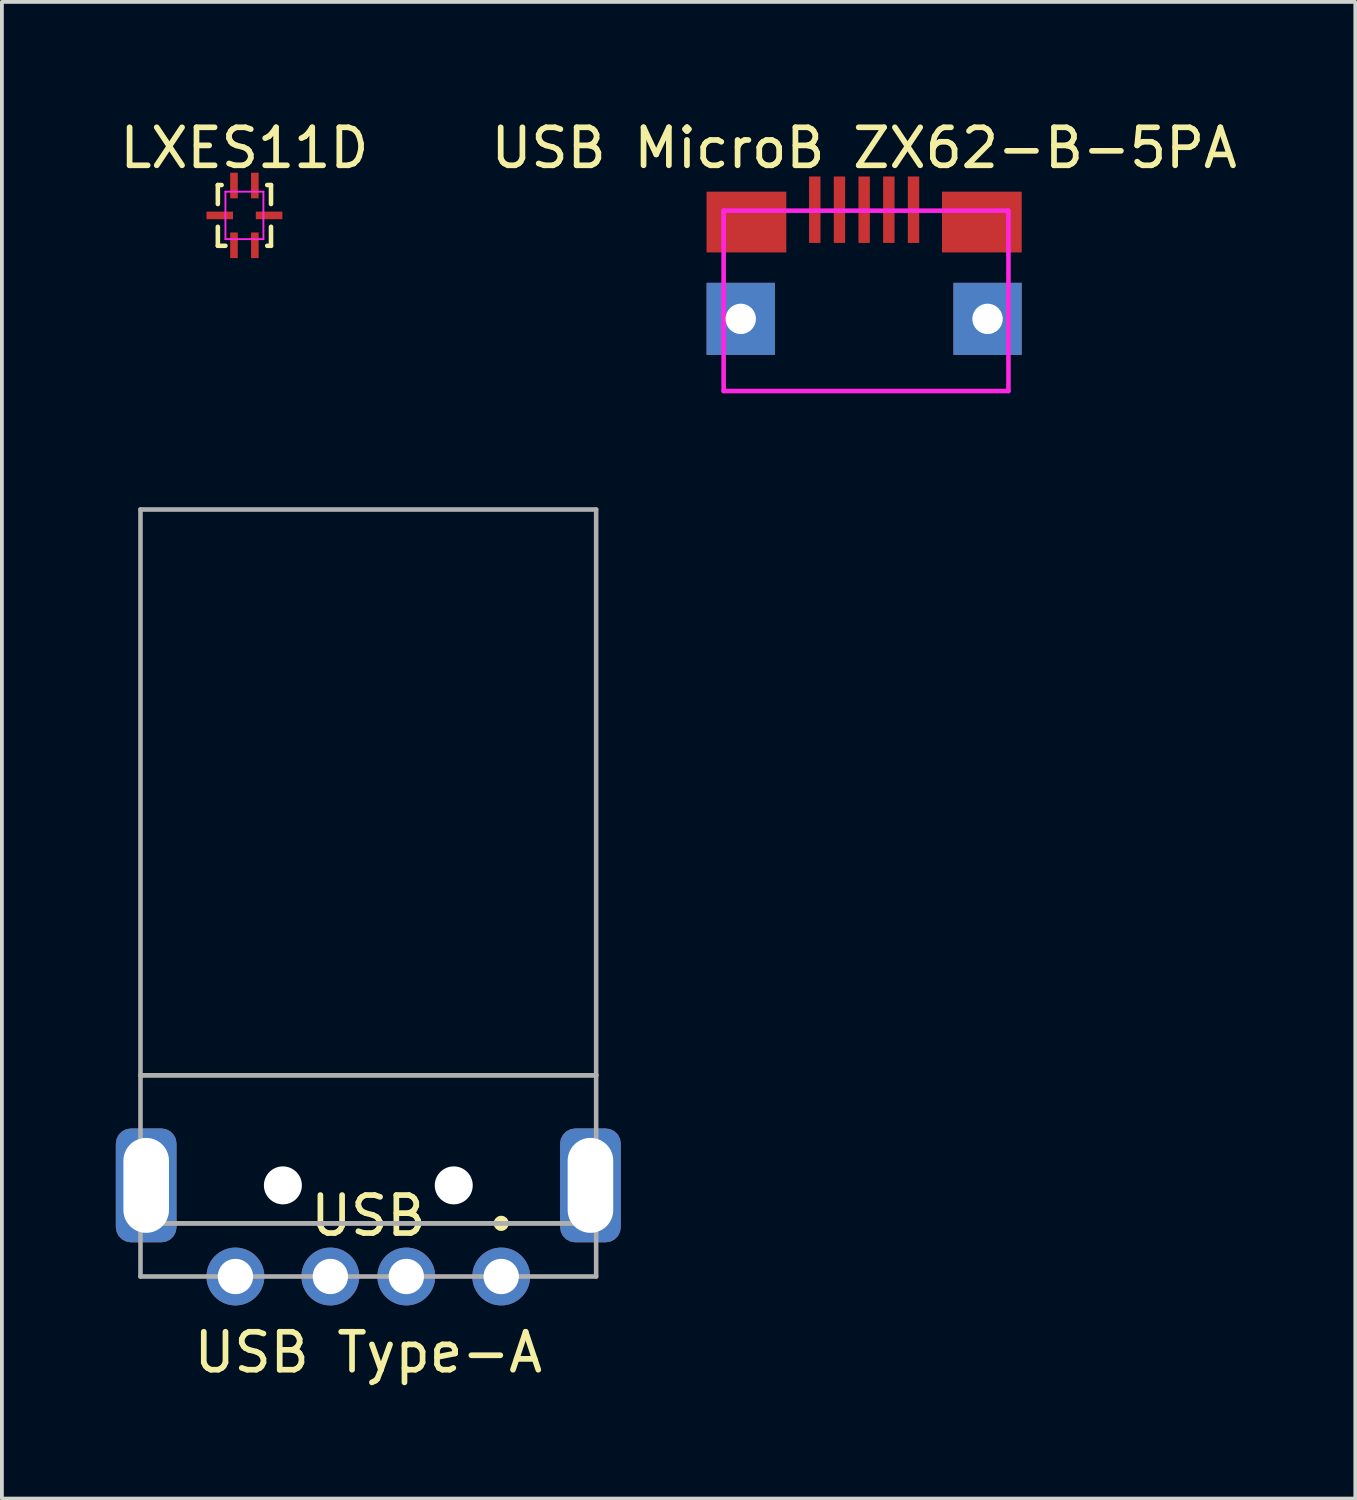
<source format=kicad_pcb>
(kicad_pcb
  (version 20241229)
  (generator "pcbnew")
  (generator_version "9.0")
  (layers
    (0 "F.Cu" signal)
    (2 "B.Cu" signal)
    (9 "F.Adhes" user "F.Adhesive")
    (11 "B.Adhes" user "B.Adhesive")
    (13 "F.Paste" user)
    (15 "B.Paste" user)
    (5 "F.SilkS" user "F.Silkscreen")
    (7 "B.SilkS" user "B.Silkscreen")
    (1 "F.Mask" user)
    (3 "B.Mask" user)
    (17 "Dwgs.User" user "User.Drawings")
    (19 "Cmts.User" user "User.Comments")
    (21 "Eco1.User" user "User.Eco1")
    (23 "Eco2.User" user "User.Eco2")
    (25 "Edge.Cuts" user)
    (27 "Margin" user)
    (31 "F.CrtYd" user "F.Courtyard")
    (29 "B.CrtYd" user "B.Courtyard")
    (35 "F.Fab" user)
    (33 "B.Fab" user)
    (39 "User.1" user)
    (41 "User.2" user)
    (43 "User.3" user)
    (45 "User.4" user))
  (footprint "USB Type-A"
    (layer "F.Cu")
    (at 6.65 30.568)
    (property "Reference" "USB Type-A" (at 0 2 0) (layer "F.SilkS") (effects (font (size 1 1) (thickness 0.15))))
    (attr through_hole)
    (fp_circle (center 3.5 -1.4) (end 3.6 -1.4) (stroke (width 0.2) (type solid)) (fill no) (layer "F.SilkS"))
    (fp_line (start -6 -20.2) (end -6 -5.3) (stroke (width 0.12) (type solid)) (layer "F.Fab"))
    (fp_line (start -6 -5.3) (end -6 -1.4) (stroke (width 0.12) (type solid)) (layer "F.Fab"))
    (fp_line (start -6 -5.3) (end 6 -5.3) (stroke (width 0.12) (type solid)) (layer "F.Fab"))
    (fp_line (start -6 -1.4) (end -6 0) (stroke (width 0.12) (type solid)) (layer "F.Fab"))
    (fp_line (start -6 -1.4) (end 6 -1.4) (stroke (width 0.12) (type solid)) (layer "F.Fab"))
    (fp_line (start -6 0) (end 6 0) (stroke (width 0.12) (type solid)) (layer "F.Fab"))
    (fp_line (start 6 -20.2) (end -6 -20.2) (stroke (width 0.12) (type solid)) (layer "F.Fab"))
    (fp_line (start 6 -5.3) (end -6 -5.3) (stroke (width 0.12) (type solid)) (layer "F.Fab"))
    (fp_line (start 6 -5.3) (end 6 -20.2) (stroke (width 0.12) (type solid)) (layer "F.Fab"))
    (fp_line (start 6 -1.4) (end -6 -1.4) (stroke (width 0.12) (type solid)) (layer "F.Fab"))
    (fp_line (start 6 -1.4) (end 6 -5.3) (stroke (width 0.12) (type solid)) (layer "F.Fab"))
    (fp_line (start 6 0) (end 6 -1.4) (stroke (width 0.12) (type solid)) (layer "F.Fab"))
    (fp_text user "USB" (at 0 -1.6 0) (layer "F.SilkS") (effects (font (size 1 1) (thickness 0.15))))
    (pad "" np_thru_hole circle (at -2.25 -2.4) (size 1 1) (drill 1) (layers "*.Cu" "*.Mask"))
    (pad "" np_thru_hole circle (at 2.25 -2.4) (size 1 1) (drill 1) (layers "*.Cu" "*.Mask"))
    (pad "1" thru_hole circle (at 3.5 0) (size 1.524 1.524) (drill 0.93) (layers "*.Cu" "*.Mask"))
    (pad "2" thru_hole circle (at 1 0) (size 1.524 1.524) (drill 0.93) (layers "*.Cu" "*.Mask"))
    (pad "3" thru_hole circle (at -1 0) (size 1.524 1.524) (drill 0.93) (layers "*.Cu" "*.Mask"))
    (pad "4" thru_hole circle (at -3.5 0) (size 1.524 1.524) (drill 0.93) (layers "*.Cu" "*.Mask"))
    (pad "5" thru_hole roundrect (at -5.85 -2.4) (size 1.6 3) (drill oval 1.2 2.5) (layers "*.Cu" "*.Mask") (roundrect_rratio 0.25))
    (pad "5" thru_hole roundrect (at 5.85 -2.4) (size 1.6 3) (drill oval 1.2 2.5) (layers "*.Cu" "*.Mask") (roundrect_rratio 0.25)))
  (footprint "USB MicroB ZX62-B-5PA"
    (layer "F.Cu")
    (at 19.708 5.348)
    (property "Reference" "USB MicroB ZX62-B-5PA" (at 0 -4.5 0) (layer "F.SilkS") (effects (font (size 1 1) (thickness 0.15))))
    (attr through_hole)
    (fp_line (start -3.7 -2.85) (end 3.8 -2.85) (stroke (width 0.12) (type solid)) (layer "F.CrtYd"))
    (fp_line (start -3.7 1.9) (end -3.7 -2.85) (stroke (width 0.12) (type solid)) (layer "F.CrtYd"))
    (fp_line (start 3.8 -2.85) (end 3.8 1.9) (stroke (width 0.12) (type solid)) (layer "F.CrtYd"))
    (fp_line (start 3.8 1.9) (end -3.7 1.9) (stroke (width 0.12) (type solid)) (layer "F.CrtYd"))
    (pad "1" smd rect (at -1.3 -2.875) (size 0.3 1.75) (layers "F.Cu" "F.Mask" "F.Paste"))
    (pad "2" smd rect (at -0.65 -2.875) (size 0.3 1.75) (layers "F.Cu" "F.Mask" "F.Paste"))
    (pad "3" smd rect (at 0 -2.875) (size 0.3 1.75) (layers "F.Cu" "F.Mask" "F.Paste"))
    (pad "4" smd rect (at 0.65 -2.875) (size 0.3 1.75) (layers "F.Cu" "F.Mask" "F.Paste"))
    (pad "5" smd rect (at 1.3 -2.875) (size 0.3 1.75) (layers "F.Cu" "F.Mask" "F.Paste"))
    (pad "6" thru_hole rect (at -3.25 0) (size 1.8 1.9) (drill 0.8) (layers "*.Cu" "*.Mask"))
    (pad "6" smd rect (at -3.1 -2.55) (size 2.1 1.6) (layers "F.Cu" "F.Mask" "F.Paste"))
    (pad "6" smd rect (at 3.1 -2.55) (size 2.1 1.6) (layers "F.Cu" "F.Mask" "F.Paste"))
    (pad "6" thru_hole rect (at 3.25 0) (size 1.8 1.9) (drill 0.8) (layers "*.Cu" "*.Mask")))
  (footprint "LXES11D"
    (layer "F.Cu")
    (at 3.387 2.623)
    (property "Reference" "LXES11D" (at 0 -1.775 0) (layer "F.SilkS") (effects (font (size 1 1) (thickness 0.15))))
    (attr through_hole)
    (fp_line (start -0.7 -0.8) (end -0.6 -0.8) (stroke (width 0.12) (type solid)) (layer "F.SilkS"))
    (fp_line (start -0.7 -0.3) (end -0.7 -0.8) (stroke (width 0.12) (type solid)) (layer "F.SilkS"))
    (fp_line (start -0.7 0.8) (end -0.7 0.3) (stroke (width 0.12) (type solid)) (layer "F.SilkS"))
    (fp_line (start -0.5 0.8) (end -0.7 0.8) (stroke (width 0.12) (type solid)) (layer "F.SilkS"))
    (fp_line (start 0.6 -0.8) (end 0.7 -0.8) (stroke (width 0.12) (type solid)) (layer "F.SilkS"))
    (fp_line (start 0.7 -0.8) (end 0.7 -0.3) (stroke (width 0.12) (type solid)) (layer "F.SilkS"))
    (fp_line (start 0.7 0.3) (end 0.7 0.8) (stroke (width 0.12) (type solid)) (layer "F.SilkS"))
    (fp_line (start 0.7 0.8) (end 0.6 0.8) (stroke (width 0.12) (type solid)) (layer "F.SilkS"))
    (fp_line (start -0.5 -0.625) (end 0.5 -0.625) (stroke (width 0.05) (type solid)) (layer "F.CrtYd"))
    (fp_line (start -0.5 0.625) (end -0.5 -0.625) (stroke (width 0.05) (type solid)) (layer "F.CrtYd"))
    (fp_line (start 0.5 -0.625) (end 0.5 0.625) (stroke (width 0.05) (type solid)) (layer "F.CrtYd"))
    (fp_line (start 0.5 0.625) (end -0.5 0.625) (stroke (width 0.05) (type solid)) (layer "F.CrtYd"))
    (pad "1" smd rect (at -0.275 -0.787) (size 0.2 0.675) (layers "F.Cu" "F.Mask" "F.Paste"))
    (pad "2" smd rect (at 0.275 -0.787) (size 0.2 0.675) (layers "F.Cu" "F.Mask" "F.Paste"))
    (pad "3" smd rect (at 0.65 0) (size 0.7 0.2) (layers "F.Cu" "F.Mask" "F.Paste"))
    (pad "4" smd rect (at 0.275 0.787) (size 0.2 0.675) (layers "F.Cu" "F.Mask" "F.Paste"))
    (pad "5" smd rect (at -0.275 0.787) (size 0.2 0.675) (layers "F.Cu" "F.Mask" "F.Paste"))
    (pad "6" smd rect (at -0.65 0) (size 0.7 0.2) (layers "F.Cu" "F.Mask" "F.Paste")))
  (gr_rect
    (start -3 -3)
    (end 32.643 36.416)
    (stroke (width 0.1) (type default))
    (fill no)
    (layer "Edge.Cuts")))
</source>
